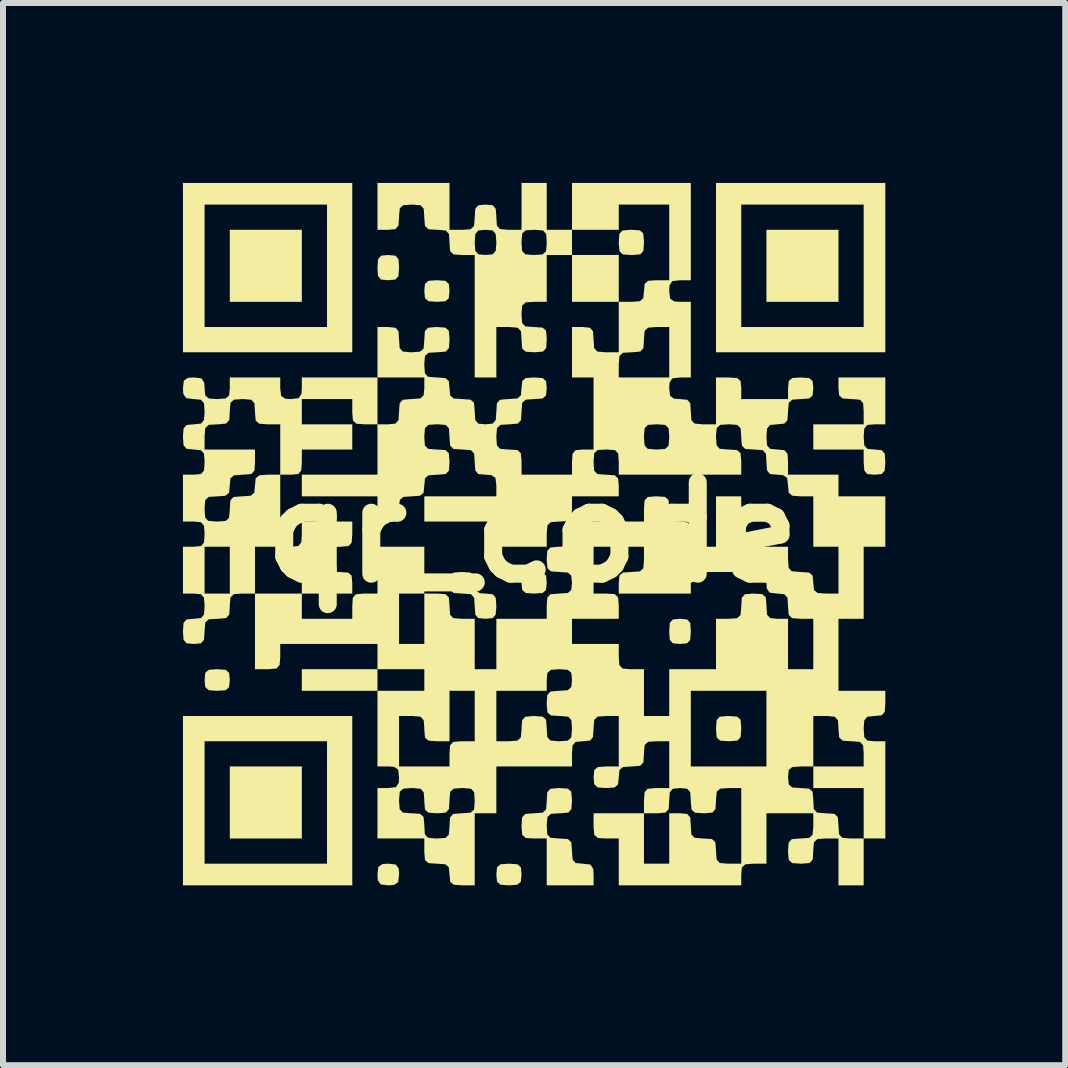
<source format=kicad_pcb>
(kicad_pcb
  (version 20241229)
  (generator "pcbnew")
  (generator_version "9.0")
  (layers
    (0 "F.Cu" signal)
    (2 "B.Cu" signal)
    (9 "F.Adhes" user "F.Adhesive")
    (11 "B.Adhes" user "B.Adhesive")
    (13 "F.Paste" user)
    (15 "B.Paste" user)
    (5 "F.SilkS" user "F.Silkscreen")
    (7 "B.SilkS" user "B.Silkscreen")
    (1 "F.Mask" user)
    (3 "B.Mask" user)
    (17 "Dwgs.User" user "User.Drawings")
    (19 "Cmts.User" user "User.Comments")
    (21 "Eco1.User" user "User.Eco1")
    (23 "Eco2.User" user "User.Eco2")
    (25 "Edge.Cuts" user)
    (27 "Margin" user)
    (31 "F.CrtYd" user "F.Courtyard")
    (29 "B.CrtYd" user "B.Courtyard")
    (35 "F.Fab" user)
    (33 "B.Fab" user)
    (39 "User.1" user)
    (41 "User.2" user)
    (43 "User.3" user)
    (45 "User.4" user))
  (footprint "qr_code"
    (layer "F.Cu")
    (at 5.825 5.825)
    (property "Reference" "qr_code" (at 0 0 0) (layer "F.SilkS") (effects (font (size 1.524 1.524) (thickness 0.3))))
    (attr board_only exclude_from_pos_files exclude_from_bom)
    (fp_poly (pts (xy -3.843 -3.843) (xy -5.044 -3.843) (xy -5.044 -5.044) (xy -3.843 -5.044)) (stroke (width 0) (type solid)) (fill yes) (layer "F.SilkS"))
    (fp_poly (pts (xy -3.843 5.104) (xy -5.044 5.104) (xy -5.044 3.903) (xy -3.843 3.903)) (stroke (width 0) (type solid)) (fill yes) (layer "F.SilkS"))
    (fp_poly (pts (xy 1.441 -3.843) (xy 0.661 -3.843) (xy 0.661 -4.624) (xy 1.441 -4.624)) (stroke (width 0) (type solid)) (fill yes) (layer "F.SilkS"))
    (fp_poly (pts (xy 5.104 -3.843) (xy 3.903 -3.843) (xy 3.903 -5.044) (xy 5.104 -5.044)) (stroke (width 0) (type solid)) (fill yes) (layer "F.SilkS"))
    (fp_poly (pts (xy -3.002 -3.002) (xy -5.825 -3.002) (xy -5.825 -3.423) (xy -5.464 -3.423) (xy -3.423 -3.423) (xy -3.423 -5.464) (xy -5.464 -5.464) (xy -5.464 -3.423) (xy -5.825 -3.423) (xy -5.825 -5.825) (xy -3.002 -5.825)) (stroke (width 0) (type solid)) (fill yes) (layer "F.SilkS"))
    (fp_poly (pts (xy -3.002 5.885) (xy -5.825 5.885) (xy -5.825 5.524) (xy -5.464 5.524) (xy -3.423 5.524) (xy -3.423 3.483) (xy -5.464 3.483) (xy -5.464 5.524) (xy -5.825 5.524) (xy -5.825 3.062) (xy -3.002 3.062)) (stroke (width 0) (type solid)) (fill yes) (layer "F.SilkS"))
    (fp_poly (pts (xy 5.885 -3.002) (xy 3.062 -3.002) (xy 3.062 -3.423) (xy 3.483 -3.423) (xy 5.524 -3.423) (xy 5.524 -5.464) (xy 3.483 -5.464) (xy 3.483 -3.423) (xy 3.062 -3.423) (xy 3.062 -5.825) (xy 5.885 -5.825)) (stroke (width 0) (type solid)) (fill yes) (layer "F.SilkS"))
    (fp_poly (pts (xy -5.113 2.292) (xy -5.055 2.343) (xy -5.044 2.462) (xy -5.056 2.583) (xy -5.115 2.633) (xy -5.254 2.642) (xy -5.395 2.632) (xy -5.453 2.581) (xy -5.464 2.462) (xy -5.453 2.341) (xy -5.393 2.291) (xy -5.254 2.282)) (stroke (width 0) (type solid)) (fill yes) (layer "F.SilkS"))
    (fp_poly (pts (xy -2.281 -4.612) (xy -2.231 -4.552) (xy -2.222 -4.413) (xy -2.232 -4.272) (xy -2.283 -4.214) (xy -2.402 -4.203) (xy -2.523 -4.215) (xy -2.573 -4.274) (xy -2.582 -4.413) (xy -2.572 -4.555) (xy -2.521 -4.613) (xy -2.402 -4.624)) (stroke (width 0) (type solid)) (fill yes) (layer "F.SilkS"))
    (fp_poly (pts (xy -2.274 5.539) (xy -2.227 5.609) (xy -2.222 5.704) (xy -2.237 5.832) (xy -2.307 5.879) (xy -2.402 5.885) (xy -2.529 5.87) (xy -2.577 5.8) (xy -2.582 5.704) (xy -2.567 5.577) (xy -2.497 5.53) (xy -2.402 5.524)) (stroke (width 0) (type solid)) (fill yes) (layer "F.SilkS"))
    (fp_poly (pts (xy -1.45 -4.193) (xy -1.392 -4.142) (xy -1.381 -4.023) (xy -1.393 -3.902) (xy -1.452 -3.852) (xy -1.591 -3.843) (xy -1.732 -3.853) (xy -1.79 -3.904) (xy -1.801 -4.023) (xy -1.79 -4.144) (xy -1.73 -4.194) (xy -1.591 -4.203)) (stroke (width 0) (type solid)) (fill yes) (layer "F.SilkS"))
    (fp_poly (pts (xy -0.249 5.534) (xy -0.191 5.585) (xy -0.18 5.704) (xy -0.192 5.826) (xy -0.251 5.875) (xy -0.39 5.885) (xy -0.532 5.875) (xy -0.589 5.824) (xy -0.6 5.704) (xy -0.589 5.583) (xy -0.529 5.534) (xy -0.39 5.524)) (stroke (width 0) (type solid)) (fill yes) (layer "F.SilkS"))
    (fp_poly (pts (xy 0.171 0.671) (xy 0.229 0.721) (xy 0.24 0.841) (xy 0.228 0.962) (xy 0.169 1.011) (xy 0.03 1.021) (xy -0.111 1.011) (xy -0.169 0.96) (xy -0.18 0.841) (xy -0.168 0.72) (xy -0.109 0.67) (xy 0.03 0.661)) (stroke (width 0) (type solid)) (fill yes) (layer "F.SilkS"))
    (fp_poly (pts (xy 2.583 1.453) (xy 2.633 1.512) (xy 2.642 1.651) (xy 2.632 1.793) (xy 2.581 1.85) (xy 2.462 1.861) (xy 2.341 1.85) (xy 2.291 1.79) (xy 2.282 1.651) (xy 2.292 1.51) (xy 2.343 1.452) (xy 2.462 1.441)) (stroke (width 0) (type solid)) (fill yes) (layer "F.SilkS"))
    (fp_poly (pts (xy 1.792 -5.035) (xy 1.85 -4.982) (xy 1.861 -4.85) (xy 1.861 -4.834) (xy 1.852 -4.693) (xy 1.8 -4.635) (xy 1.667 -4.624) (xy 1.651 -4.624) (xy 1.51 -4.633) (xy 1.453 -4.685) (xy 1.441 -4.818) (xy 1.441 -4.834) (xy 1.45 -4.975) (xy 1.503 -5.032) (xy 1.635 -5.044) (xy 1.651 -5.044)) (stroke (width 0) (type solid)) (fill yes) (layer "F.SilkS"))
    (fp_poly (pts (xy 3.413 3.072) (xy 3.471 3.124) (xy 3.483 3.257) (xy 3.483 3.273) (xy 3.473 3.413) (xy 3.421 3.471) (xy 3.289 3.483) (xy 3.273 3.483) (xy 3.132 3.473) (xy 3.074 3.421) (xy 3.062 3.289) (xy 3.062 3.273) (xy 3.072 3.132) (xy 3.124 3.074) (xy 3.257 3.062) (xy 3.273 3.062)) (stroke (width 0) (type solid)) (fill yes) (layer "F.SilkS"))
    (fp_poly (pts (xy -1.03 0.671) (xy -0.972 0.721) (xy -0.961 0.841) (xy -0.946 0.968) (xy -0.876 1.015) (xy -0.781 1.021) (xy -0.66 1.033) (xy -0.61 1.092) (xy -0.6 1.231) (xy -0.611 1.372) (xy -0.661 1.43) (xy -0.781 1.441) (xy -0.902 1.429) (xy -0.951 1.37) (xy -0.961 1.231) (xy -0.97 1.09) (xy -1.022 1.032) (xy -1.155 1.021) (xy -1.171 1.021) (xy -1.312 1.011) (xy -1.37 0.96) (xy -1.381 0.841) (xy -1.369 0.72) (xy -1.31 0.67) (xy -1.171 0.661)) (stroke (width 0) (type solid)) (fill yes) (layer "F.SilkS"))
    (fp_poly (pts (xy 5.885 -1.801) (xy 5.704 -1.801) (xy 5.583 -1.79) (xy 5.534 -1.73) (xy 5.524 -1.591) (xy 5.534 -1.45) (xy 5.585 -1.392) (xy 5.704 -1.381) (xy 5.826 -1.369) (xy 5.875 -1.31) (xy 5.885 -1.171) (xy 5.875 -1.03) (xy 5.824 -0.972) (xy 5.704 -0.961) (xy 5.583 -0.972) (xy 5.534 -1.032) (xy 5.524 -1.171) (xy 5.524 -1.381) (xy 4.684 -1.381) (xy 4.684 -1.801) (xy 5.524 -1.801) (xy 5.524 -2.012) (xy 5.515 -2.152) (xy 5.463 -2.21) (xy 5.33 -2.222) (xy 5.314 -2.222) (xy 5.173 -2.232) (xy 5.115 -2.283) (xy 5.104 -2.402) (xy 5.104 -2.582) (xy 5.885 -2.582)) (stroke (width 0) (type solid)) (fill yes) (layer "F.SilkS"))
    (fp_poly (pts (xy -3.002 0.03) (xy -3.012 0.171) (xy -3.064 0.229) (xy -3.197 0.24) (xy -3.213 0.24) (xy -3.353 0.249) (xy -3.411 0.302) (xy -3.423 0.434) (xy -3.423 0.45) (xy -3.413 0.591) (xy -3.361 0.649) (xy -3.229 0.66) (xy -3.213 0.661) (xy -3.071 0.671) (xy -3.013 0.721) (xy -3.002 0.841) (xy -3.002 1.021) (xy -3.843 1.021) (xy -3.843 0.841) (xy -3.858 0.713) (xy -3.928 0.666) (xy -4.023 0.661) (xy -4.144 0.649) (xy -4.194 0.589) (xy -4.203 0.45) (xy -4.193 0.309) (xy -4.142 0.251) (xy -4.023 0.24) (xy -3.902 0.228) (xy -3.852 0.169) (xy -3.843 0.03) (xy -3.843 -0.18) (xy -3.002 -0.18)) (stroke (width 0) (type solid)) (fill yes) (layer "F.SilkS"))
    (fp_poly (pts (xy 0.591 4.273) (xy 0.649 4.325) (xy 0.66 4.458) (xy 0.661 4.474) (xy 0.651 4.614) (xy 0.599 4.672) (xy 0.466 4.684) (xy 0.45 4.684) (xy 0.309 4.693) (xy 0.252 4.745) (xy 0.24 4.878) (xy 0.24 4.894) (xy 0.249 5.035) (xy 0.302 5.092) (xy 0.434 5.104) (xy 0.45 5.104) (xy 0.591 5.113) (xy 0.649 5.166) (xy 0.66 5.298) (xy 0.661 5.314) (xy 0.671 5.455) (xy 0.721 5.513) (xy 0.841 5.524) (xy 0.968 5.539) (xy 1.015 5.609) (xy 1.021 5.704) (xy 1.021 5.885) (xy 0.24 5.885) (xy 0.24 5.104) (xy 0.03 5.104) (xy -0.111 5.095) (xy -0.169 5.042) (xy -0.18 4.91) (xy -0.18 4.894) (xy -0.171 4.753) (xy -0.118 4.695) (xy 0.014 4.684) (xy 0.03 4.684) (xy 0.171 4.674) (xy 0.229 4.622) (xy 0.24 4.49) (xy 0.24 4.474) (xy 0.249 4.333) (xy 0.302 4.275) (xy 0.434 4.263) (xy 0.45 4.263)) (stroke (width 0) (type solid)) (fill yes) (layer "F.SilkS"))
    (fp_poly (pts (xy -1.381 -5.044) (xy -1.171 -5.044) (xy -1.03 -5.053) (xy -0.972 -5.106) (xy -0.961 -5.238) (xy -0.961 -5.254) (xy -0.951 -5.395) (xy -0.9 -5.453) (xy -0.781 -5.464) (xy -0.66 -5.453) (xy -0.61 -5.393) (xy -0.6 -5.254) (xy -0.591 -5.113) (xy -0.539 -5.056) (xy -0.406 -5.044) (xy -0.39 -5.044) (xy -0.18 -5.044) (xy -0.18 -5.825) (xy 0.24 -5.825) (xy 0.24 -5.044) (xy 0.661 -5.044) (xy 0.661 -4.624) (xy 0.24 -4.624) (xy 0.24 -3.843) (xy 0.03 -3.843) (xy -0.111 -3.834) (xy -0.169 -3.781) (xy -0.18 -3.649) (xy -0.18 -3.633) (xy -0.171 -3.492) (xy -0.118 -3.434) (xy 0.014 -3.423) (xy 0.03 -3.423) (xy 0.171 -3.413) (xy 0.229 -3.361) (xy 0.24 -3.229) (xy 0.24 -3.213) (xy 0.231 -3.072) (xy 0.178 -3.014) (xy 0.046 -3.002) (xy 0.03 -3.002) (xy -0.111 -3.012) (xy -0.169 -3.064) (xy -0.18 -3.197) (xy -0.18 -3.213) (xy -0.189 -3.353) (xy -0.242 -3.411) (xy -0.374 -3.423) (xy -0.39 -3.423) (xy -0.6 -3.423) (xy -0.6 -2.582) (xy -0.961 -2.582) (xy -0.961 -4.624) (xy -1.171 -4.624) (xy -1.312 -4.633) (xy -1.37 -4.685) (xy -1.381 -4.818) (xy -1.381 -4.834) (xy -0.961 -4.834) (xy -0.951 -4.693) (xy -0.9 -4.635) (xy -0.781 -4.624) (xy -0.66 -4.635) (xy -0.61 -4.695) (xy -0.6 -4.834) (xy -0.18 -4.834) (xy -0.171 -4.693) (xy -0.118 -4.635) (xy 0.014 -4.624) (xy 0.03 -4.624) (xy 0.171 -4.633) (xy 0.229 -4.685) (xy 0.24 -4.818) (xy 0.24 -4.834) (xy 0.231 -4.975) (xy 0.178 -5.032) (xy 0.046 -5.044) (xy 0.03 -5.044) (xy -0.111 -5.035) (xy -0.169 -4.982) (xy -0.18 -4.85) (xy -0.18 -4.834) (xy -0.6 -4.834) (xy -0.611 -4.975) (xy -0.661 -5.033) (xy -0.781 -5.044) (xy -0.902 -5.032) (xy -0.951 -4.973) (xy -0.961 -4.834) (xy -1.381 -4.834) (xy -1.39 -4.975) (xy -1.443 -5.032) (xy -1.575 -5.044) (xy -1.591 -5.044) (xy -1.732 -5.053) (xy -1.79 -5.106) (xy -1.801 -5.238) (xy -1.801 -5.254) (xy -1.811 -5.395) (xy -1.863 -5.453) (xy -1.996 -5.464) (xy -2.012 -5.464) (xy -2.152 -5.455) (xy -2.21 -5.403) (xy -2.222 -5.27) (xy -2.222 -5.254) (xy -2.232 -5.113) (xy -2.283 -5.055) (xy -2.402 -5.044) (xy -2.582 -5.044) (xy -2.582 -5.825) (xy -1.381 -5.825)) (stroke (width 0) (type solid)) (fill yes) (layer "F.SilkS"))
    (fp_poly (pts (xy -4.834 1.021) (xy -4.975 1.03) (xy -5.032 1.083) (xy -5.044 1.215) (xy -5.044 1.231) (xy -5.053 1.372) (xy -5.106 1.43) (xy -5.238 1.441) (xy -5.254 1.441) (xy -5.395 1.45) (xy -5.453 1.503) (xy -5.464 1.635) (xy -5.464 1.651) (xy -5.474 1.793) (xy -5.525 1.85) (xy -5.644 1.861) (xy -5.765 1.85) (xy -5.815 1.79) (xy -5.825 1.651) (xy -5.815 1.51) (xy -5.764 1.452) (xy -5.644 1.441) (xy -5.523 1.429) (xy -5.474 1.37) (xy -5.464 1.231) (xy -5.474 1.09) (xy -5.525 1.032) (xy -5.644 1.021) (xy -5.464 1.021) (xy -5.044 1.021) (xy -5.044 0.24) (xy -5.464 0.24) (xy -5.464 1.021) (xy -5.644 1.021) (xy -5.825 1.021) (xy -5.825 0.24) (xy -5.644 0.24) (xy -5.523 0.228) (xy -5.474 0.169) (xy -5.464 0.03) (xy -5.474 -0.111) (xy -5.525 -0.169) (xy -5.644 -0.18) (xy -5.825 -0.18) (xy -5.825 -0.39) (xy -5.464 -0.39) (xy -5.455 -0.249) (xy -5.403 -0.192) (xy -5.27 -0.18) (xy -5.254 -0.18) (xy -5.113 -0.189) (xy -5.056 -0.242) (xy -5.044 -0.374) (xy -5.044 -0.39) (xy -5.035 -0.531) (xy -4.982 -0.589) (xy -4.85 -0.6) (xy -4.834 -0.6) (xy -4.693 -0.611) (xy -4.635 -0.661) (xy -4.624 -0.781) (xy -4.612 -0.902) (xy -4.552 -0.951) (xy -4.413 -0.961) (xy -4.203 -0.961) (xy -4.203 -1.801) (xy -4.413 -1.801) (xy -4.554 -1.811) (xy -4.612 -1.863) (xy -4.624 -1.996) (xy -4.624 -2.012) (xy -4.633 -2.152) (xy -4.685 -2.21) (xy -4.818 -2.222) (xy -4.834 -2.222) (xy -4.975 -2.212) (xy -5.032 -2.16) (xy -5.044 -2.028) (xy -5.044 -2.012) (xy -5.053 -1.871) (xy -5.106 -1.813) (xy -5.238 -1.801) (xy -5.254 -1.801) (xy -5.395 -1.792) (xy -5.453 -1.74) (xy -5.464 -1.607) (xy -5.464 -1.591) (xy -5.464 -1.381) (xy -4.624 -1.381) (xy -4.624 -1.171) (xy -4.633 -1.03) (xy -4.685 -0.972) (xy -4.818 -0.961) (xy -4.834 -0.961) (xy -4.975 -0.951) (xy -5.033 -0.9) (xy -5.044 -0.781) (xy -5.056 -0.66) (xy -5.115 -0.61) (xy -5.254 -0.6) (xy -5.395 -0.591) (xy -5.453 -0.539) (xy -5.464 -0.406) (xy -5.464 -0.39) (xy -5.825 -0.39) (xy -5.825 -0.961) (xy -5.644 -0.961) (xy -5.523 -0.972) (xy -5.474 -1.032) (xy -5.464 -1.171) (xy -5.474 -1.312) (xy -5.525 -1.37) (xy -5.644 -1.381) (xy -5.765 -1.393) (xy -5.815 -1.452) (xy -5.825 -1.591) (xy -5.815 -1.732) (xy -5.764 -1.79) (xy -5.644 -1.801) (xy -5.523 -1.813) (xy -5.474 -1.873) (xy -5.464 -2.012) (xy -5.474 -2.153) (xy -5.525 -2.211) (xy -5.644 -2.222) (xy -5.772 -2.237) (xy -5.819 -2.307) (xy -5.825 -2.402) (xy -5.81 -2.529) (xy -5.74 -2.577) (xy -5.644 -2.582) (xy -5.517 -2.567) (xy -5.47 -2.497) (xy -5.464 -2.402) (xy -5.453 -2.281) (xy -5.393 -2.231) (xy -5.254 -2.222) (xy -5.113 -2.232) (xy -5.055 -2.283) (xy -5.044 -2.402) (xy -5.044 -2.582) (xy -4.203 -2.582) (xy -4.203 -2.402) (xy -4.188 -2.274) (xy -4.118 -2.227) (xy -4.023 -2.222) (xy -3.896 -2.237) (xy -3.849 -2.307) (xy -3.843 -2.402) (xy -3.843 -2.582) (xy -2.582 -2.582) (xy -2.582 -3.423) (xy -2.402 -3.423) (xy -2.281 -3.411) (xy -2.231 -3.352) (xy -2.222 -3.213) (xy -2.212 -3.072) (xy -2.16 -3.014) (xy -2.028 -3.002) (xy -2.012 -3.002) (xy -1.871 -3.012) (xy -1.813 -3.064) (xy -1.801 -3.197) (xy -1.801 -3.213) (xy -1.792 -3.353) (xy -1.74 -3.411) (xy -1.607 -3.423) (xy -1.591 -3.423) (xy -1.45 -3.413) (xy -1.393 -3.361) (xy -1.381 -3.229) (xy -1.381 -3.213) (xy -1.39 -3.072) (xy -1.443 -3.014) (xy -1.575 -3.002) (xy -1.591 -3.002) (xy -1.732 -2.993) (xy -1.79 -2.941) (xy -1.801 -2.808) (xy -1.801 -2.792) (xy -1.792 -2.651) (xy -1.74 -2.594) (xy -1.607 -2.582) (xy -1.591 -2.582) (xy -1.45 -2.572) (xy -1.392 -2.521) (xy -1.381 -2.402) (xy -1.369 -2.281) (xy -1.31 -2.231) (xy -1.171 -2.222) (xy -1.03 -2.212) (xy -0.972 -2.16) (xy -0.961 -2.028) (xy -0.961 -2.012) (xy -0.951 -1.87) (xy -0.9 -1.812) (xy -0.781 -1.801) (xy -0.66 -1.813) (xy -0.61 -1.873) (xy -0.6 -2.012) (xy -0.591 -2.152) (xy -0.539 -2.21) (xy -0.406 -2.222) (xy -0.39 -2.222) (xy -0.249 -2.232) (xy -0.191 -2.283) (xy -0.18 -2.402) (xy -0.168 -2.523) (xy -0.109 -2.573) (xy 0.03 -2.582) (xy 0.171 -2.572) (xy 0.229 -2.521) (xy 0.24 -2.402) (xy 0.228 -2.281) (xy 0.169 -2.231) (xy 0.03 -2.222) (xy -0.111 -2.212) (xy -0.169 -2.16) (xy -0.18 -2.028) (xy -0.18 -2.012) (xy -0.189 -1.871) (xy -0.242 -1.813) (xy -0.374 -1.801) (xy -0.39 -1.801) (xy -0.531 -1.792) (xy -0.589 -1.74) (xy -0.6 -1.607) (xy -0.6 -1.591) (xy -0.591 -1.45) (xy -0.539 -1.393) (xy -0.406 -1.381) (xy -0.39 -1.381) (xy -0.249 -1.372) (xy -0.192 -1.319) (xy -0.18 -1.187) (xy -0.18 -1.171) (xy -0.18 -0.961) (xy 0.661 -0.961) (xy 0.661 -1.171) (xy 0.671 -1.312) (xy 0.721 -1.37) (xy 0.841 -1.381) (xy 1.021 -1.381) (xy 1.021 -1.591) (xy 1.861 -1.591) (xy 1.871 -1.45) (xy 1.923 -1.393) (xy 2.056 -1.381) (xy 2.072 -1.381) (xy 2.212 -1.39) (xy 2.27 -1.443) (xy 2.282 -1.575) (xy 2.282 -1.591) (xy 2.273 -1.732) (xy 2.22 -1.79) (xy 2.088 -1.801) (xy 2.072 -1.801) (xy 1.931 -1.792) (xy 1.873 -1.74) (xy 1.861 -1.607) (xy 1.861 -1.591) (xy 1.021 -1.591) (xy 1.021 -2.582) (xy 1.441 -2.582) (xy 2.282 -2.582) (xy 2.282 -3.423) (xy 2.072 -3.423) (xy 1.931 -3.413) (xy 1.873 -3.361) (xy 1.861 -3.229) (xy 1.861 -3.213) (xy 1.852 -3.072) (xy 1.8 -3.014) (xy 1.667 -3.002) (xy 1.651 -3.002) (xy 1.51 -2.993) (xy 1.453 -2.941) (xy 1.441 -2.808) (xy 1.441 -2.792) (xy 1.441 -2.582) (xy 1.021 -2.582) (xy 0.661 -2.582) (xy 0.661 -3.423) (xy 0.841 -3.423) (xy 0.962 -3.411) (xy 1.011 -3.352) (xy 1.021 -3.213) (xy 1.03 -3.072) (xy 1.083 -3.014) (xy 1.215 -3.002) (xy 1.231 -3.002) (xy 1.441 -3.002) (xy 1.441 -3.843) (xy 1.651 -3.843) (xy 1.793 -3.853) (xy 1.85 -3.904) (xy 1.861 -4.023) (xy 1.873 -4.144) (xy 1.933 -4.194) (xy 2.072 -4.203) (xy 2.282 -4.203) (xy 2.282 -5.464) (xy 1.441 -5.464) (xy 1.441 -5.044) (xy 0.661 -5.044) (xy 0.661 -5.825) (xy 2.642 -5.825) (xy 2.642 -4.203) (xy 2.462 -4.203) (xy 2.334 -4.188) (xy 2.287 -4.118) (xy 2.282 -4.023) (xy 2.297 -3.896) (xy 2.367 -3.849) (xy 2.462 -3.843) (xy 2.642 -3.843) (xy 2.642 -2.582) (xy 2.462 -2.582) (xy 2.334 -2.567) (xy 2.287 -2.497) (xy 2.282 -2.402) (xy 2.297 -2.274) (xy 2.367 -2.227) (xy 2.462 -2.222) (xy 2.583 -2.21) (xy 2.633 -2.151) (xy 2.642 -2.012) (xy 2.651 -1.871) (xy 2.704 -1.813) (xy 2.836 -1.801) (xy 2.852 -1.801) (xy 3.062 -1.801) (xy 3.062 -2.582) (xy 3.273 -2.582) (xy 3.414 -2.572) (xy 3.472 -2.521) (xy 3.483 -2.402) (xy 3.483 -2.222) (xy 4.263 -2.222) (xy 4.263 -2.402) (xy 4.275 -2.523) (xy 4.334 -2.573) (xy 4.474 -2.582) (xy 4.615 -2.572) (xy 4.673 -2.521) (xy 4.684 -2.402) (xy 4.672 -2.281) (xy 4.613 -2.231) (xy 4.474 -2.222) (xy 4.333 -2.212) (xy 4.275 -2.16) (xy 4.263 -2.028) (xy 4.263 -2.012) (xy 4.253 -1.87) (xy 4.202 -1.812) (xy 4.083 -1.801) (xy 3.962 -1.79) (xy 3.913 -1.73) (xy 3.903 -1.591) (xy 3.913 -1.45) (xy 3.964 -1.392) (xy 4.083 -1.381) (xy 4.204 -1.369) (xy 4.254 -1.31) (xy 4.263 -1.171) (xy 4.263 -0.961) (xy 5.104 -0.961) (xy 5.104 -0.6) (xy 5.885 -0.6) (xy 5.885 0.24) (xy 5.524 0.24) (xy 5.524 1.441) (xy 5.104 1.441) (xy 5.104 2.642) (xy 5.885 2.642) (xy 5.885 2.852) (xy 5.875 2.993) (xy 5.824 3.051) (xy 5.704 3.062) (xy 5.583 3.074) (xy 5.534 3.134) (xy 5.524 3.273) (xy 5.534 3.414) (xy 5.585 3.472) (xy 5.704 3.483) (xy 5.885 3.483) (xy 5.885 5.104) (xy 5.524 5.104) (xy 5.524 5.885) (xy 5.104 5.885) (xy 5.104 5.104) (xy 4.894 5.104) (xy 4.753 5.113) (xy 4.695 5.166) (xy 4.684 5.298) (xy 4.684 5.314) (xy 4.674 5.455) (xy 4.622 5.513) (xy 4.49 5.524) (xy 4.474 5.524) (xy 4.333 5.515) (xy 4.275 5.463) (xy 4.263 5.33) (xy 4.263 5.314) (xy 4.273 5.173) (xy 4.325 5.116) (xy 4.458 5.104) (xy 4.474 5.104) (xy 4.614 5.095) (xy 4.672 5.042) (xy 4.684 4.91) (xy 4.684 4.894) (xy 4.684 4.684) (xy 3.903 4.684) (xy 3.903 5.524) (xy 3.693 5.524) (xy 3.552 5.534) (xy 3.494 5.585) (xy 3.483 5.704) (xy 3.483 5.885) (xy 1.441 5.885) (xy 1.441 5.524) (xy 1.861 5.524) (xy 2.282 5.524) (xy 2.282 4.684) (xy 2.462 4.684) (xy 2.583 4.695) (xy 2.633 4.755) (xy 2.642 4.894) (xy 2.651 5.035) (xy 2.704 5.092) (xy 2.836 5.104) (xy 2.852 5.104) (xy 2.993 5.113) (xy 3.051 5.166) (xy 3.062 5.298) (xy 3.062 5.314) (xy 3.072 5.455) (xy 3.124 5.513) (xy 3.257 5.524) (xy 3.273 5.524) (xy 3.483 5.524) (xy 3.483 4.263) (xy 3.273 4.263) (xy 3.132 4.273) (xy 3.074 4.325) (xy 3.062 4.458) (xy 3.062 4.474) (xy 3.053 4.614) (xy 3.001 4.672) (xy 2.868 4.684) (xy 2.852 4.684) (xy 2.711 4.674) (xy 2.654 4.622) (xy 2.642 4.49) (xy 2.642 4.474) (xy 2.632 4.332) (xy 2.581 4.274) (xy 2.462 4.263) (xy 2.341 4.275) (xy 2.291 4.334) (xy 2.282 4.474) (xy 2.273 4.614) (xy 2.22 4.672) (xy 2.088 4.684) (xy 2.072 4.684) (xy 1.861 4.684) (xy 1.861 5.524) (xy 1.441 5.524) (xy 1.441 5.104) (xy 1.231 5.104) (xy 1.09 5.095) (xy 1.032 5.042) (xy 1.021 4.91) (xy 1.021 4.894) (xy 1.021 4.684) (xy 1.861 4.684) (xy 1.861 4.474) (xy 1.871 4.333) (xy 1.923 4.275) (xy 2.056 4.263) (xy 2.072 4.263) (xy 2.282 4.263) (xy 2.282 4.083) (xy 4.263 4.083) (xy 4.275 4.204) (xy 4.334 4.254) (xy 4.474 4.263) (xy 4.614 4.273) (xy 4.672 4.325) (xy 4.684 4.458) (xy 4.684 4.474) (xy 4.693 4.614) (xy 4.745 4.672) (xy 4.878 4.684) (xy 4.894 4.684) (xy 5.035 4.693) (xy 5.092 4.745) (xy 5.104 4.878) (xy 5.104 4.894) (xy 5.113 5.035) (xy 5.166 5.092) (xy 5.298 5.104) (xy 5.314 5.104) (xy 5.524 5.104) (xy 5.524 4.263) (xy 4.684 4.263) (xy 4.684 3.903) (xy 5.524 3.903) (xy 5.524 3.693) (xy 5.515 3.552) (xy 5.463 3.494) (xy 5.33 3.483) (xy 5.314 3.483) (xy 5.173 3.473) (xy 5.116 3.421) (xy 5.104 3.289) (xy 5.104 3.273) (xy 5.095 3.132) (xy 5.042 3.074) (xy 4.91 3.062) (xy 4.894 3.062) (xy 4.684 3.062) (xy 4.684 3.903) (xy 4.474 3.903) (xy 4.332 3.913) (xy 4.274 3.964) (xy 4.263 4.083) (xy 2.282 4.083) (xy 2.282 3.903) (xy 2.642 3.903) (xy 3.903 3.903) (xy 3.903 2.642) (xy 2.642 2.642) (xy 2.642 3.903) (xy 2.282 3.903) (xy 2.282 3.483) (xy 2.072 3.483) (xy 1.931 3.492) (xy 1.873 3.544) (xy 1.861 3.677) (xy 1.861 3.693) (xy 1.852 3.834) (xy 1.8 3.892) (xy 1.667 3.903) (xy 1.651 3.903) (xy 1.51 3.913) (xy 1.452 3.964) (xy 1.441 4.083) (xy 1.429 4.204) (xy 1.37 4.254) (xy 1.231 4.263) (xy 1.09 4.253) (xy 1.032 4.202) (xy 1.021 4.083) (xy 1.033 3.962) (xy 1.092 3.913) (xy 1.231 3.903) (xy 1.441 3.903) (xy 1.441 3.062) (xy 1.231 3.062) (xy 1.09 3.072) (xy 1.032 3.124) (xy 1.021 3.257) (xy 1.021 3.273) (xy 1.011 3.414) (xy 0.96 3.472) (xy 0.841 3.483) (xy 0.72 3.494) (xy 0.67 3.554) (xy 0.661 3.693) (xy 0.661 3.903) (xy -0.6 3.903) (xy -0.6 4.684) (xy -0.961 4.684) (xy -0.961 5.885) (xy -1.171 5.885) (xy -1.312 5.875) (xy -1.37 5.824) (xy -1.381 5.704) (xy -1.393 5.583) (xy -1.452 5.534) (xy -1.591 5.524) (xy -1.732 5.515) (xy -1.79 5.463) (xy -1.801 5.33) (xy -1.801 5.314) (xy -1.801 5.104) (xy -2.582 5.104) (xy -2.582 4.474) (xy -2.222 4.474) (xy -2.212 4.614) (xy -2.16 4.672) (xy -2.028 4.684) (xy -2.012 4.684) (xy -1.871 4.693) (xy -1.813 4.745) (xy -1.801 4.878) (xy -1.801 4.894) (xy -1.792 5.035) (xy -1.74 5.092) (xy -1.607 5.104) (xy -1.591 5.104) (xy -1.45 5.095) (xy -1.393 5.042) (xy -1.381 4.91) (xy -1.381 4.894) (xy -1.372 4.753) (xy -1.319 4.695) (xy -1.187 4.684) (xy -1.171 4.684) (xy -1.03 4.674) (xy -0.972 4.622) (xy -0.961 4.49) (xy -0.961 4.474) (xy -0.97 4.333) (xy -1.022 4.275) (xy -1.155 4.263) (xy -1.171 4.263) (xy -1.312 4.273) (xy -1.37 4.325) (xy -1.381 4.458) (xy -1.381 4.474) (xy -1.39 4.614) (xy -1.443 4.672) (xy -1.575 4.684) (xy -1.591 4.684) (xy -1.732 4.674) (xy -1.79 4.622) (xy -1.801 4.49) (xy -1.801 4.474) (xy -1.811 4.333) (xy -1.863 4.275) (xy -1.996 4.263) (xy -2.012 4.263) (xy -2.152 4.273) (xy -2.21 4.325) (xy -2.222 4.458) (xy -2.222 4.474) (xy -2.582 4.474) (xy -2.582 4.263) (xy -2.402 4.263) (xy -2.274 4.248) (xy -2.227 4.178) (xy -2.222 4.083) (xy -2.237 3.956) (xy -2.307 3.909) (xy -2.402 3.903) (xy -2.222 3.903) (xy -1.381 3.903) (xy -1.381 3.693) (xy -1.372 3.552) (xy -1.319 3.494) (xy -1.187 3.483) (xy -1.171 3.483) (xy -0.961 3.483) (xy -0.6 3.483) (xy -0.39 3.483) (xy -0.249 3.473) (xy -0.192 3.421) (xy -0.18 3.289) (xy -0.18 3.273) (xy -0.171 3.132) (xy -0.118 3.074) (xy 0.014 3.062) (xy 0.03 3.062) (xy 0.171 3.072) (xy 0.229 3.124) (xy 0.24 3.257) (xy 0.24 3.273) (xy 0.249 3.413) (xy 0.302 3.471) (xy 0.434 3.483) (xy 0.45 3.483) (xy 0.591 3.473) (xy 0.649 3.421) (xy 0.66 3.289) (xy 0.661 3.273) (xy 0.651 3.132) (xy 0.599 3.074) (xy 0.466 3.062) (xy 0.45 3.062) (xy 0.309 3.053) (xy 0.252 3.001) (xy 0.24 2.868) (xy 0.24 2.852) (xy 0.249 2.711) (xy 0.302 2.654) (xy 0.434 2.642) (xy 0.45 2.642) (xy 0.592 2.632) (xy 0.649 2.581) (xy 0.661 2.462) (xy 0.649 2.341) (xy 0.589 2.291) (xy 0.45 2.282) (xy 0.309 2.292) (xy 0.251 2.343) (xy 0.24 2.462) (xy 0.24 2.642) (xy -0.6 2.642) (xy -0.6 3.483) (xy -0.961 3.483) (xy -0.961 2.642) (xy -1.381 2.642) (xy -1.381 3.483) (xy -1.591 3.483) (xy -1.732 3.473) (xy -1.79 3.421) (xy -1.801 3.289) (xy -1.801 3.273) (xy -1.811 3.132) (xy -1.863 3.074) (xy -1.996 3.062) (xy -2.012 3.062) (xy -2.222 3.062) (xy -2.222 3.903) (xy -2.402 3.903) (xy -2.582 3.903) (xy -2.582 2.642) (xy -1.801 2.642) (xy -1.801 2.282) (xy -2.582 2.282) (xy -2.582 2.642) (xy -3.843 2.642) (xy -3.843 2.282) (xy -2.582 2.282) (xy -2.582 1.861) (xy -2.222 1.861) (xy -1.801 1.861) (xy -1.801 1.021) (xy -2.222 1.021) (xy -2.222 1.861) (xy -2.582 1.861) (xy -4.203 1.861) (xy -4.203 2.072) (xy -4.213 2.212) (xy -4.265 2.27) (xy -4.397 2.282) (xy -4.413 2.282) (xy -4.624 2.282) (xy -4.624 1.021) (xy -3.843 1.021) (xy -3.843 1.441) (xy -3.002 1.441) (xy -3.002 1.231) (xy -2.993 1.09) (xy -2.941 1.032) (xy -2.808 1.021) (xy -2.792 1.021) (xy -2.582 1.021) (xy -2.582 0.24) (xy -1.801 0.24) (xy -1.801 1.021) (xy -1.591 1.021) (xy -1.45 1.03) (xy -1.393 1.083) (xy -1.381 1.215) (xy -1.381 1.231) (xy -1.372 1.372) (xy -1.319 1.43) (xy -1.187 1.441) (xy -1.171 1.441) (xy -0.961 1.441) (xy -0.961 2.282) (xy -0.6 2.282) (xy -0.6 1.861) (xy 0.661 1.861) (xy 1.441 1.861) (xy 1.441 2.072) (xy 1.45 2.212) (xy 1.503 2.27) (xy 1.635 2.282) (xy 1.651 2.282) (xy 1.861 2.282) (xy 1.861 3.062) (xy 2.282 3.062) (xy 2.282 2.282) (xy 3.062 2.282) (xy 3.062 1.441) (xy 3.273 1.441) (xy 3.413 1.432) (xy 3.471 1.379) (xy 3.483 1.247) (xy 3.483 1.231) (xy 3.492 1.09) (xy 3.544 1.032) (xy 3.677 1.021) (xy 3.693 1.021) (xy 3.834 1.03) (xy 3.892 1.083) (xy 3.903 1.215) (xy 3.903 1.231) (xy 3.913 1.372) (xy 3.964 1.43) (xy 4.083 1.441) (xy 4.263 1.441) (xy 4.263 2.282) (xy 4.684 2.282) (xy 4.684 1.441) (xy 4.474 1.441) (xy 4.333 1.432) (xy 4.275 1.379) (xy 4.263 1.247) (xy 4.263 1.231) (xy 4.253 1.09) (xy 4.202 1.032) (xy 4.083 1.021) (xy 3.956 1.006) (xy 3.909 0.936) (xy 3.903 0.841) (xy 3.903 0.661) (xy 2.642 0.661) (xy 2.642 1.021) (xy 1.441 1.021) (xy 1.441 0.841) (xy 1.453 0.72) (xy 1.512 0.67) (xy 1.651 0.661) (xy 1.792 0.651) (xy 1.85 0.599) (xy 1.861 0.466) (xy 1.861 0.45) (xy 1.861 0.24) (xy 1.021 0.24) (xy 1.021 1.021) (xy 1.231 1.021) (xy 1.372 1.03) (xy 1.43 1.083) (xy 1.441 1.215) (xy 1.441 1.231) (xy 1.441 1.441) (xy 0.661 1.441) (xy 0.661 1.861) (xy -0.6 1.861) (xy -0.6 1.441) (xy 0.24 1.441) (xy 0.24 1.231) (xy 0.249 1.09) (xy 0.302 1.032) (xy 0.434 1.021) (xy 0.45 1.021) (xy 0.592 1.011) (xy 0.649 0.96) (xy 0.661 0.841) (xy 0.649 0.72) (xy 0.589 0.67) (xy 0.45 0.661) (xy 0.309 0.651) (xy 0.252 0.599) (xy 0.24 0.466) (xy 0.24 0.45) (xy 0.249 0.309) (xy 0.302 0.252) (xy 0.434 0.24) (xy 0.45 0.24) (xy 0.591 0.231) (xy 0.649 0.178) (xy 0.66 0.046) (xy 0.661 0.03) (xy 0.661 -0.18) (xy 1.861 -0.18) (xy 1.861 -0.39) (xy 1.871 -0.531) (xy 1.923 -0.589) (xy 2.056 -0.6) (xy 2.072 -0.6) (xy 2.212 -0.591) (xy 2.27 -0.539) (xy 2.282 -0.406) (xy 2.282 -0.39) (xy 2.292 -0.249) (xy 2.343 -0.191) (xy 2.462 -0.18) (xy 2.583 -0.168) (xy 2.633 -0.109) (xy 2.642 0.03) (xy 2.651 0.171) (xy 2.704 0.229) (xy 2.836 0.24) (xy 2.852 0.24) (xy 3.062 0.24) (xy 3.062 -0.6) (xy 3.483 -0.6) (xy 3.483 0.24) (xy 4.263 0.24) (xy 4.263 0.45) (xy 4.273 0.591) (xy 4.325 0.649) (xy 4.458 0.66) (xy 4.474 0.661) (xy 4.615 0.671) (xy 4.673 0.721) (xy 4.684 0.841) (xy 4.695 0.962) (xy 4.755 1.011) (xy 4.894 1.021) (xy 5.104 1.021) (xy 5.104 0.24) (xy 4.684 0.24) (xy 4.684 -0.6) (xy 4.474 -0.6) (xy 4.332 -0.611) (xy 4.274 -0.661) (xy 4.263 -0.781) (xy 4.248 -0.908) (xy 4.178 -0.955) (xy 4.083 -0.961) (xy 3.962 -0.972) (xy 3.913 -1.032) (xy 3.903 -1.171) (xy 3.894 -1.312) (xy 3.841 -1.37) (xy 3.709 -1.381) (xy 3.693 -1.381) (xy 3.552 -1.39) (xy 3.494 -1.443) (xy 3.483 -1.575) (xy 3.483 -1.591) (xy 3.473 -1.732) (xy 3.421 -1.79) (xy 3.289 -1.801) (xy 3.273 -1.801) (xy 3.132 -1.792) (xy 3.074 -1.74) (xy 3.062 -1.607) (xy 3.062 -1.591) (xy 3.072 -1.45) (xy 3.124 -1.393) (xy 3.257 -1.381) (xy 3.273 -1.381) (xy 3.413 -1.372) (xy 3.471 -1.319) (xy 3.483 -1.187) (xy 3.483 -1.171) (xy 3.483 -0.961) (xy 1.441 -0.961) (xy 1.441 -1.171) (xy 1.432 -1.312) (xy 1.379 -1.37) (xy 1.247 -1.381) (xy 1.231 -1.381) (xy 1.09 -1.372) (xy 1.032 -1.319) (xy 1.021 -1.187) (xy 1.021 -1.171) (xy 1.03 -1.03) (xy 1.083 -0.972) (xy 1.215 -0.961) (xy 1.231 -0.961) (xy 1.372 -0.951) (xy 1.43 -0.9) (xy 1.441 -0.781) (xy 1.441 -0.6) (xy 0.661 -0.6) (xy 0.661 -0.39) (xy 0.651 -0.249) (xy 0.599 -0.192) (xy 0.466 -0.18) (xy 0.45 -0.18) (xy 0.309 -0.171) (xy 0.252 -0.118) (xy 0.24 0.014) (xy 0.24 0.03) (xy 0.24 0.24) (xy -0.6 0.24) (xy -0.6 -0.18) (xy -1.801 -0.18) (xy -1.801 -0.6) (xy -0.6 -0.6) (xy -0.6 -0.781) (xy -0.615 -0.908) (xy -0.686 -0.955) (xy -0.781 -0.961) (xy -0.902 -0.972) (xy -0.951 -1.032) (xy -0.961 -1.171) (xy -0.97 -1.312) (xy -1.022 -1.37) (xy -1.155 -1.381) (xy -1.171 -1.381) (xy -1.312 -1.39) (xy -1.37 -1.443) (xy -1.381 -1.575) (xy -1.381 -1.591) (xy -1.39 -1.732) (xy -1.443 -1.79) (xy -1.575 -1.801) (xy -1.591 -1.801) (xy -1.732 -1.792) (xy -1.79 -1.74) (xy -1.801 -1.607) (xy -1.801 -1.591) (xy -1.792 -1.45) (xy -1.74 -1.393) (xy -1.607 -1.381) (xy -1.591 -1.381) (xy -1.45 -1.372) (xy -1.393 -1.319) (xy -1.381 -1.187) (xy -1.381 -1.171) (xy -1.39 -1.03) (xy -1.443 -0.972) (xy -1.575 -0.961) (xy -1.591 -0.961) (xy -1.732 -0.951) (xy -1.79 -0.9) (xy -1.801 -0.781) (xy -1.813 -0.66) (xy -1.873 -0.61) (xy -2.012 -0.6) (xy -2.152 -0.591) (xy -2.21 -0.539) (xy -2.222 -0.406) (xy -2.222 -0.39) (xy -2.232 -0.249) (xy -2.283 -0.191) (xy -2.402 -0.18) (xy -2.523 -0.192) (xy -2.573 -0.251) (xy -2.582 -0.39) (xy -2.582 -0.6) (xy -3.843 -0.6) (xy -3.843 -0.961) (xy -2.582 -0.961) (xy -2.582 -1.801) (xy -2.402 -1.801) (xy -2.281 -1.813) (xy -2.231 -1.873) (xy -2.222 -2.012) (xy -2.212 -2.152) (xy -2.16 -2.21) (xy -2.028 -2.222) (xy -2.012 -2.222) (xy -1.87 -2.232) (xy -1.812 -2.283) (xy -1.801 -2.402) (xy -1.801 -2.582) (xy -2.582 -2.582) (xy -2.582 -1.801) (xy -2.792 -1.801) (xy -2.933 -1.811) (xy -2.991 -1.863) (xy -3.002 -1.996) (xy -3.002 -2.012) (xy -3.002 -2.222) (xy -3.843 -2.222) (xy -3.843 -1.801) (xy -3.002 -1.801) (xy -3.002 -1.381) (xy -3.843 -1.381) (xy -3.843 -1.171) (xy -3.853 -1.03) (xy -3.904 -0.972) (xy -4.023 -0.961) (xy -4.203 -0.961) (xy -4.203 0.24) (xy -4.624 0.24) (xy -4.624 1.021)) (stroke (width 0) (type solid)) (fill yes) (layer "F.SilkS")))
  (gr_rect
    (start -3 -3)
    (end 14.709 14.709)
    (stroke (width 0.1) (type default))
    (fill no)
    (layer "Edge.Cuts")))
</source>
